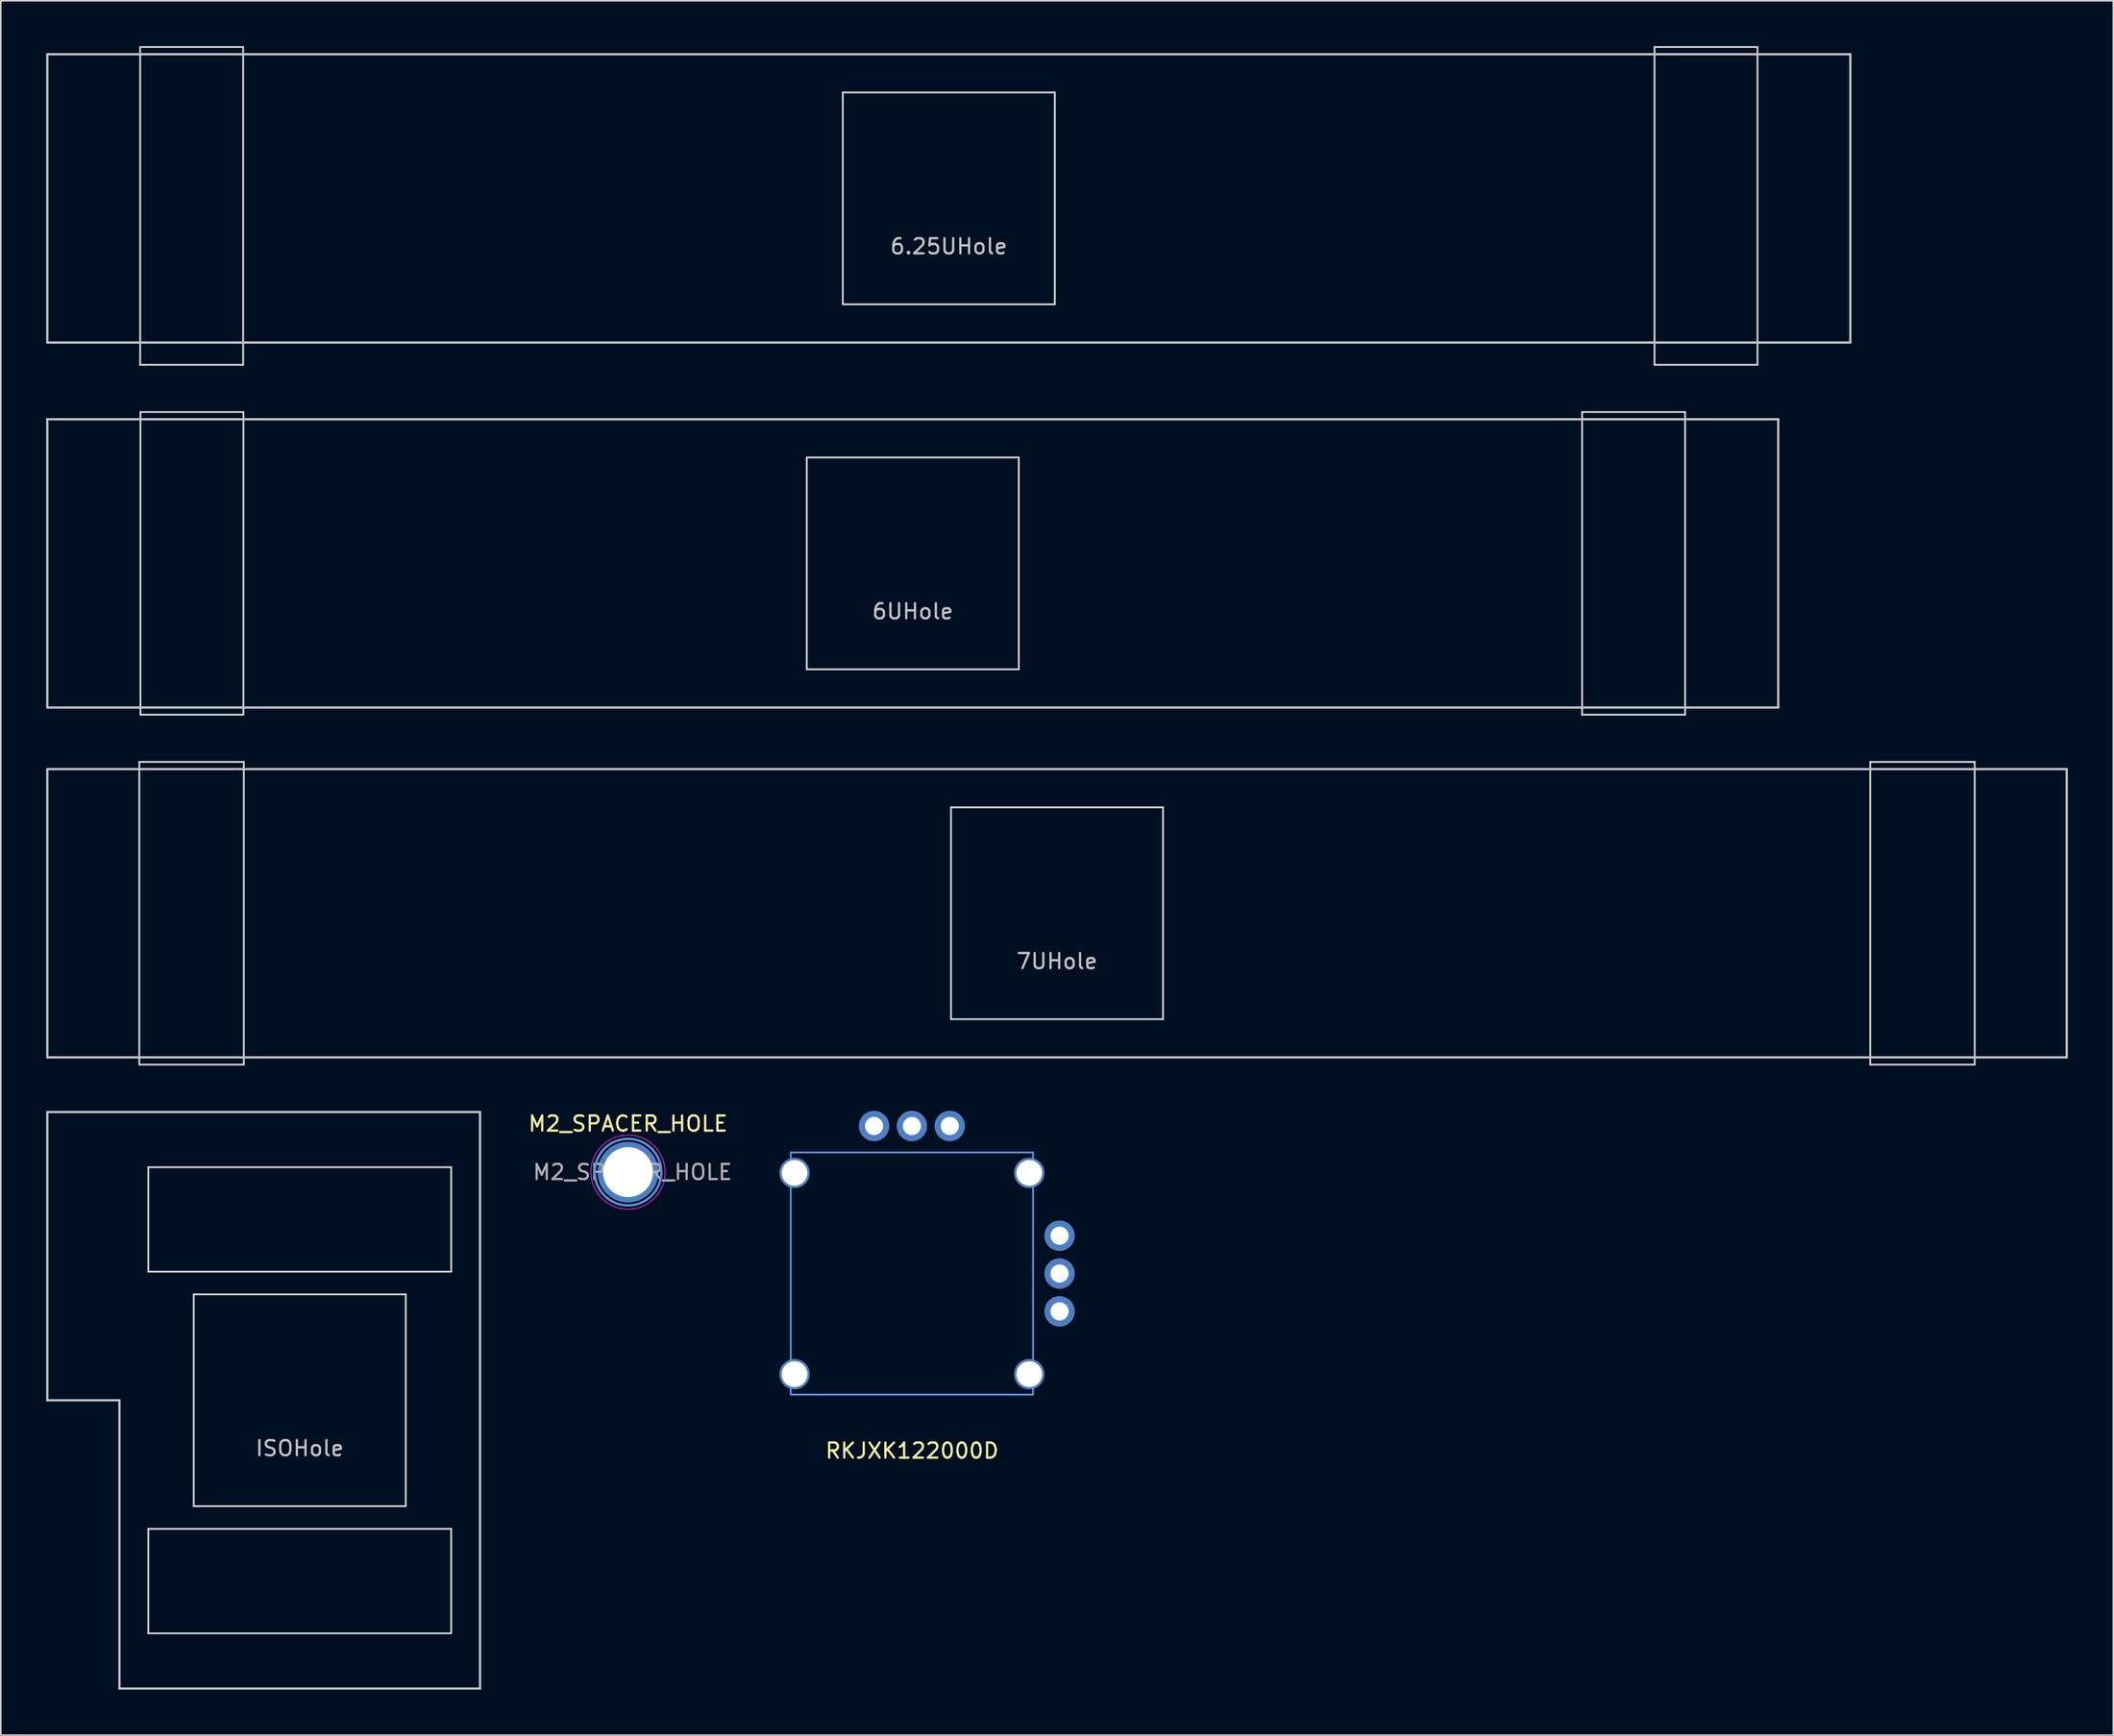
<source format=kicad_pcb>
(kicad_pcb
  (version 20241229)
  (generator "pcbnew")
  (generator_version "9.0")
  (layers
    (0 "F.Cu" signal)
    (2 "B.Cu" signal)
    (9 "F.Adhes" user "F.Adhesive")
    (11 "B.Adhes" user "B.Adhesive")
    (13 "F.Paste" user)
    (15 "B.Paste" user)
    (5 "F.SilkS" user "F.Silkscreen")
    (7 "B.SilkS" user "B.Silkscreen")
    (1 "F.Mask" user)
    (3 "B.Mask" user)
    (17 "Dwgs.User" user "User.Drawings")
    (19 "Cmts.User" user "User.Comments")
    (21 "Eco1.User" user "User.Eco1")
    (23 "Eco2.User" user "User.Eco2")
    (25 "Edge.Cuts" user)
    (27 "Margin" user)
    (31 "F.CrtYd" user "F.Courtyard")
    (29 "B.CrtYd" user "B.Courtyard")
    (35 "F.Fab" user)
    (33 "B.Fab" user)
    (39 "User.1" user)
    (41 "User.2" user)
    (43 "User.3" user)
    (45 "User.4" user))
  (footprint "6UHole"
    (layer "F.Cu")
    (at 57.225 34.18)
    (property "Reference" "6UHole" (at 0 3.175 0) (layer "Dwgs.User") (effects (font (size 1 1) (thickness 0.15))))
    (attr through_hole)
    (fp_line (start -57.15 -9.525) (end 57.15 -9.525) (stroke (width 0.15) (type solid)) (layer "Dwgs.User"))
    (fp_line (start -57.15 9.525) (end -57.15 -9.525) (stroke (width 0.15) (type solid)) (layer "Dwgs.User"))
    (fp_line (start -57.15 9.525) (end 57.15 9.525) (stroke (width 0.15) (type solid)) (layer "Dwgs.User"))
    (fp_line (start 57.15 -9.525) (end 57.15 9.525) (stroke (width 0.15) (type solid)) (layer "Dwgs.User"))
    (fp_line (start -51 -10) (end -44.2 -10) (stroke (width 0.12) (type solid)) (layer "Edge.Cuts"))
    (fp_line (start -51 10) (end -51 -10) (stroke (width 0.12) (type solid)) (layer "Edge.Cuts"))
    (fp_line (start -44.2 -10) (end -44.2 10) (stroke (width 0.12) (type solid)) (layer "Edge.Cuts"))
    (fp_line (start -44.2 10) (end -51 10) (stroke (width 0.12) (type solid)) (layer "Edge.Cuts"))
    (fp_line (start -7 -7) (end 7 -7) (stroke (width 0.12) (type solid)) (layer "Edge.Cuts"))
    (fp_line (start -7 7) (end -7 -7) (stroke (width 0.12) (type solid)) (layer "Edge.Cuts"))
    (fp_line (start 7 -7) (end 7 7) (stroke (width 0.12) (type solid)) (layer "Edge.Cuts"))
    (fp_line (start 7 7) (end -7 7) (stroke (width 0.12) (type solid)) (layer "Edge.Cuts"))
    (fp_line (start 44.2 -10) (end 51 -10) (stroke (width 0.12) (type solid)) (layer "Edge.Cuts"))
    (fp_line (start 44.2 10) (end 44.2 -10) (stroke (width 0.12) (type solid)) (layer "Edge.Cuts"))
    (fp_line (start 51 -10) (end 51 10) (stroke (width 0.12) (type solid)) (layer "Edge.Cuts"))
    (fp_line (start 51 10) (end 44.2 10) (stroke (width 0.12) (type solid)) (layer "Edge.Cuts")))
  (footprint "RKJXK122000D"
    (layer "F.Cu")
    (at 57.168 81.11)
    (property "Reference" "RKJXK122000D" (at 0.01 11.71 0) (layer "F.SilkS") (effects (font (size 1 1) (thickness 0.15))))
    (attr through_hole)
    (fp_line (start -8 -8) (end 8 -8) (stroke (width 0.12) (type solid)) (layer "Cmts.User"))
    (fp_line (start -8 8) (end -8 -8) (stroke (width 0.12) (type solid)) (layer "Cmts.User"))
    (fp_line (start 8 -8) (end 8 8) (stroke (width 0.12) (type solid)) (layer "Cmts.User"))
    (fp_line (start 8 8) (end -8 8) (stroke (width 0.12) (type solid)) (layer "Cmts.User"))
    (pad "" thru_hole circle (at -7.75 -6.65) (size 2 2) (drill 1.7) (layers "*.Cu" "*.Mask"))
    (pad "" thru_hole circle (at -7.75 6.65) (size 2 2) (drill 1.7) (layers "*.Cu" "*.Mask"))
    (pad "" thru_hole circle (at 7.75 -6.65) (size 2 2) (drill 1.7) (layers "*.Cu" "*.Mask"))
    (pad "" thru_hole circle (at 7.75 6.65) (size 2 2) (drill 1.7) (layers "*.Cu" "*.Mask"))
    (pad "1" thru_hole circle (at -2.5 -9.75) (size 2 2) (drill 1.2) (layers "*.Cu" "*.Mask"))
    (pad "2" thru_hole circle (at 0 -9.75) (size 2 2) (drill 1.2) (layers "*.Cu" "*.Mask"))
    (pad "3" thru_hole circle (at 2.5 -9.75) (size 2 2) (drill 1.2) (layers "*.Cu" "*.Mask"))
    (pad "4" thru_hole circle (at 9.75 2.5) (size 2 2) (drill 1.2) (layers "*.Cu" "*.Mask"))
    (pad "5" thru_hole circle (at 9.75 0) (size 2 2) (drill 1.2) (layers "*.Cu" "*.Mask"))
    (pad "6" thru_hole circle (at 9.75 -2.5) (size 2 2) (drill 1.2) (layers "*.Cu" "*.Mask")))
  (footprint "7UHole"
    (layer "F.Cu")
    (at 66.75 57.3)
    (property "Reference" "7UHole" (at 0 3.175 0) (layer "Dwgs.User") (effects (font (size 1 1) (thickness 0.15))))
    (attr through_hole)
    (fp_line (start -66.675 -9.525) (end 66.675 -9.525) (stroke (width 0.15) (type solid)) (layer "Dwgs.User"))
    (fp_line (start -66.675 9.525) (end -66.675 -9.525) (stroke (width 0.15) (type solid)) (layer "Dwgs.User"))
    (fp_line (start -66.675 9.525) (end 66.675 9.525) (stroke (width 0.15) (type solid)) (layer "Dwgs.User"))
    (fp_line (start 66.675 -9.525) (end 66.675 9.525) (stroke (width 0.15) (type solid)) (layer "Dwgs.User"))
    (fp_line (start -60.6 -10) (end -53.7 -10) (stroke (width 0.12) (type solid)) (layer "Edge.Cuts"))
    (fp_line (start -60.6 10) (end -60.6 -10) (stroke (width 0.12) (type solid)) (layer "Edge.Cuts"))
    (fp_line (start -53.7 -10) (end -53.7 10) (stroke (width 0.12) (type solid)) (layer "Edge.Cuts"))
    (fp_line (start -53.7 10) (end -60.6 10) (stroke (width 0.12) (type solid)) (layer "Edge.Cuts"))
    (fp_line (start -7 -7) (end 7 -7) (stroke (width 0.12) (type solid)) (layer "Edge.Cuts"))
    (fp_line (start -7 7) (end -7 -7) (stroke (width 0.12) (type solid)) (layer "Edge.Cuts"))
    (fp_line (start 7 -7) (end 7 7) (stroke (width 0.12) (type solid)) (layer "Edge.Cuts"))
    (fp_line (start 7 7) (end -7 7) (stroke (width 0.12) (type solid)) (layer "Edge.Cuts"))
    (fp_line (start 53.7 -10) (end 60.6 -10) (stroke (width 0.12) (type solid)) (layer "Edge.Cuts"))
    (fp_line (start 53.7 10) (end 53.7 -10) (stroke (width 0.12) (type solid)) (layer "Edge.Cuts"))
    (fp_line (start 60.6 -10) (end 60.6 10) (stroke (width 0.12) (type solid)) (layer "Edge.Cuts"))
    (fp_line (start 60.6 10) (end 53.7 10) (stroke (width 0.12) (type solid)) (layer "Edge.Cuts")))
  (footprint "ISOHole"
    (layer "F.Cu")
    (at 16.744 89.485)
    (property "Reference" "ISOHole" (at 0 3.175 0) (layer "Dwgs.User") (effects (font (size 1 1) (thickness 0.15))))
    (attr through_hole)
    (fp_line (start -16.669 -19.05) (end -16.669 0) (stroke (width 0.15) (type solid)) (layer "Dwgs.User"))
    (fp_line (start -16.669 -19.05) (end 11.906 -19.05) (stroke (width 0.15) (type solid)) (layer "Dwgs.User"))
    (fp_line (start -11.906 0) (end -16.669 0) (stroke (width 0.15) (type solid)) (layer "Dwgs.User"))
    (fp_line (start -11.906 19.05) (end -11.906 0) (stroke (width 0.15) (type solid)) (layer "Dwgs.User"))
    (fp_line (start -11.906 19.05) (end 11.906 19.05) (stroke (width 0.15) (type solid)) (layer "Dwgs.User"))
    (fp_line (start 11.906 -19.05) (end 11.906 19.05) (stroke (width 0.15) (type solid)) (layer "Dwgs.User"))
    (fp_line (start -10 -15.4) (end -10 -8.5) (stroke (width 0.12) (type solid)) (layer "Edge.Cuts"))
    (fp_line (start -10 -15.4) (end 10 -15.4) (stroke (width 0.12) (type solid)) (layer "Edge.Cuts"))
    (fp_line (start -10 -8.5) (end 10 -8.5) (stroke (width 0.12) (type solid)) (layer "Edge.Cuts"))
    (fp_line (start -10 8.5) (end -10 15.4) (stroke (width 0.12) (type solid)) (layer "Edge.Cuts"))
    (fp_line (start -10 8.5) (end 10 8.5) (stroke (width 0.12) (type solid)) (layer "Edge.Cuts"))
    (fp_line (start -10 15.4) (end 10 15.4) (stroke (width 0.12) (type solid)) (layer "Edge.Cuts"))
    (fp_line (start -7 -7) (end 7 -7) (stroke (width 0.12) (type solid)) (layer "Edge.Cuts"))
    (fp_line (start -7 7) (end -7 -7) (stroke (width 0.12) (type solid)) (layer "Edge.Cuts"))
    (fp_line (start 7 -7) (end 7 7) (stroke (width 0.12) (type solid)) (layer "Edge.Cuts"))
    (fp_line (start 7 7) (end -7 7) (stroke (width 0.12) (type solid)) (layer "Edge.Cuts"))
    (fp_line (start 10 -15.4) (end 10 -8.5) (stroke (width 0.12) (type solid)) (layer "Edge.Cuts"))
    (fp_line (start 10 8.5) (end 10 15.4) (stroke (width 0.12) (type solid)) (layer "Edge.Cuts")))
  (footprint "M2_SPACER_HOLE"
    (layer "F.Cu")
    (at 38.421 74.408)
    (property "Reference" "M2_SPACER_HOLE" (at 0 -3.2 0) (layer "F.SilkS") (effects (font (size 1 1) (thickness 0.15))))
    (attr exclude_from_pos_files exclude_from_bom)
    (fp_circle (center 0 0) (end 2.2 0) (stroke (width 0.15) (type solid)) (fill no) (layer "Cmts.User"))
    (fp_circle (center 0 0) (end 2.45 0) (stroke (width 0.05) (type solid)) (fill no) (layer "F.CrtYd"))
    (fp_text user "${REFERENCE}" (at 0.3 0 0) (layer "F.Fab") (effects (font (size 1 1) (thickness 0.15))))
    (pad "1" thru_hole circle (at 0 0) (size 4 4) (drill 3.3) (layers "*.Cu" "*.Mask")))
  (footprint "6.25UHole"
    (layer "F.Cu")
    (at 59.606 10.06)
    (property "Reference" "6.25UHole" (at 0 3.175 0) (layer "Dwgs.User") (effects (font (size 1 1) (thickness 0.15))))
    (attr through_hole)
    (fp_line (start -59.531 -9.525) (end 59.531 -9.525) (stroke (width 0.15) (type solid)) (layer "Dwgs.User"))
    (fp_line (start -59.531 9.525) (end -59.531 -9.525) (stroke (width 0.15) (type solid)) (layer "Dwgs.User"))
    (fp_line (start -59.531 9.525) (end 59.531 9.525) (stroke (width 0.15) (type solid)) (layer "Dwgs.User"))
    (fp_line (start 59.531 -9.525) (end 59.531 9.525) (stroke (width 0.15) (type solid)) (layer "Dwgs.User"))
    (fp_line (start -53.4 -10) (end -46.6 -10) (stroke (width 0.12) (type solid)) (layer "Edge.Cuts"))
    (fp_line (start -53.4 11) (end -53.4 -10) (stroke (width 0.12) (type solid)) (layer "Edge.Cuts"))
    (fp_line (start -46.6 -10) (end -46.6 11) (stroke (width 0.12) (type solid)) (layer "Edge.Cuts"))
    (fp_line (start -46.6 11) (end -53.4 11) (stroke (width 0.12) (type solid)) (layer "Edge.Cuts"))
    (fp_line (start -7 -7) (end -7 7) (stroke (width 0.12) (type solid)) (layer "Edge.Cuts"))
    (fp_line (start -7 -7) (end 7 -7) (stroke (width 0.12) (type solid)) (layer "Edge.Cuts"))
    (fp_line (start -7 7) (end 7 7) (stroke (width 0.12) (type solid)) (layer "Edge.Cuts"))
    (fp_line (start 7 -7) (end 7 7) (stroke (width 0.12) (type solid)) (layer "Edge.Cuts"))
    (fp_line (start 46.6 -10) (end 53.4 -10) (stroke (width 0.12) (type solid)) (layer "Edge.Cuts"))
    (fp_line (start 46.6 11) (end 46.6 -10) (stroke (width 0.12) (type solid)) (layer "Edge.Cuts"))
    (fp_line (start 53.4 -10) (end 53.4 11) (stroke (width 0.12) (type solid)) (layer "Edge.Cuts"))
    (fp_line (start 53.4 11) (end 46.6 11) (stroke (width 0.12) (type solid)) (layer "Edge.Cuts")))
  (gr_rect
    (start -3 -3)
    (end 136.5 111.61)
    (stroke (width 0.1) (type default))
    (fill no)
    (layer "Edge.Cuts")))
</source>
